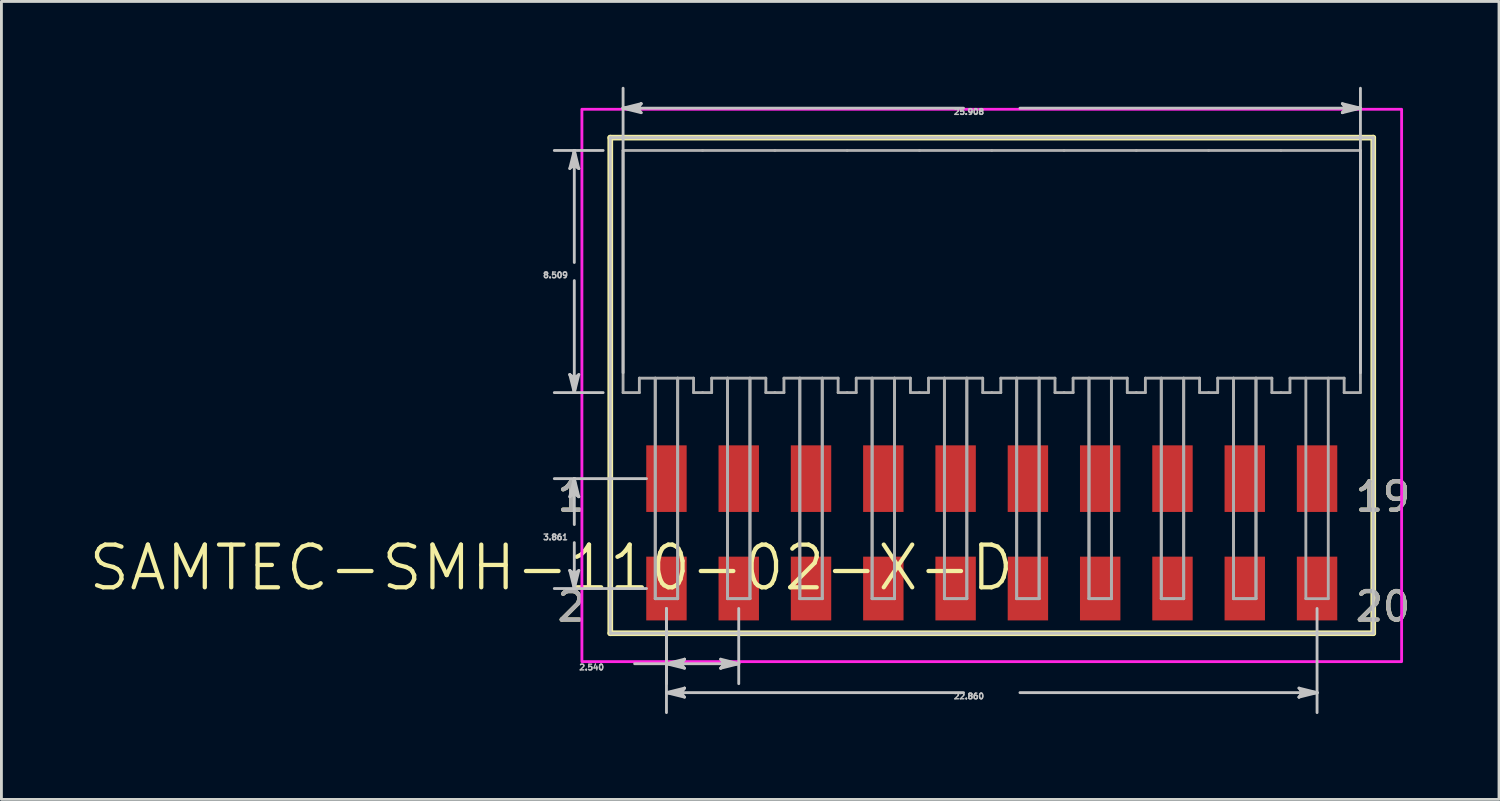
<source format=kicad_pcb>
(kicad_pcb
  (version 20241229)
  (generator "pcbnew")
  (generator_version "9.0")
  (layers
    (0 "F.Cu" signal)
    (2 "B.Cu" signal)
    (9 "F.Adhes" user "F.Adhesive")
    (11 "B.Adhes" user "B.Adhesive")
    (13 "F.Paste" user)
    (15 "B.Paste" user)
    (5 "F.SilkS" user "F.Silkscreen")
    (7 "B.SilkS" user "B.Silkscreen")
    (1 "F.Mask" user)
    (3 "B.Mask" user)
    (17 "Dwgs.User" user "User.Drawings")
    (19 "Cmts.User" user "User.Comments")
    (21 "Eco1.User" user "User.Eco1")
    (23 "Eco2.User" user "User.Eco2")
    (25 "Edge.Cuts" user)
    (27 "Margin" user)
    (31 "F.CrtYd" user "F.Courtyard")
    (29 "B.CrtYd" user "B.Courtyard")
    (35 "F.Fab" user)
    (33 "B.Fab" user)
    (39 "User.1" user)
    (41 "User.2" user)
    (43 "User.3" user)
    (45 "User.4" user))
  (footprint "SAMTEC-SMH-110-02-X-D"
    (layer "F.Cu")
    (at 31.797 6.491)
    (property "Reference" "SAMTEC-SMH-110-02-X-D" (at -15.473 10.408 0) (layer "F.SilkS") (effects (font (size 1.5 1.5) (thickness 0.15))))
    (attr smd)
    (fp_poly (pts (xy -12.191 6.056) (xy -10.669 6.056) (xy -10.669 8.498) (xy -12.191 8.498)) (stroke (width 0.01) (type solid)) (fill yes) (layer "F.Mask"))
    (fp_poly (pts (xy -12.191 9.967) (xy -10.669 9.967) (xy -10.669 12.309) (xy -12.191 12.309)) (stroke (width 0.01) (type solid)) (fill yes) (layer "F.Mask"))
    (fp_poly (pts (xy -9.651 6.056) (xy -8.129 6.056) (xy -8.129 8.498) (xy -9.651 8.498)) (stroke (width 0.01) (type solid)) (fill yes) (layer "F.Mask"))
    (fp_poly (pts (xy -9.651 9.967) (xy -8.129 9.967) (xy -8.129 12.309) (xy -9.651 12.309)) (stroke (width 0.01) (type solid)) (fill yes) (layer "F.Mask"))
    (fp_poly (pts (xy -7.111 6.056) (xy -5.589 6.056) (xy -5.589 8.498) (xy -7.111 8.498)) (stroke (width 0.01) (type solid)) (fill yes) (layer "F.Mask"))
    (fp_poly (pts (xy -7.111 9.967) (xy -5.589 9.967) (xy -5.589 12.309) (xy -7.111 12.309)) (stroke (width 0.01) (type solid)) (fill yes) (layer "F.Mask"))
    (fp_poly (pts (xy -4.571 6.056) (xy -3.049 6.056) (xy -3.049 8.498) (xy -4.571 8.498)) (stroke (width 0.01) (type solid)) (fill yes) (layer "F.Mask"))
    (fp_poly (pts (xy -4.571 9.967) (xy -3.049 9.967) (xy -3.049 12.309) (xy -4.571 12.309)) (stroke (width 0.01) (type solid)) (fill yes) (layer "F.Mask"))
    (fp_poly (pts (xy -2.031 6.056) (xy -0.509 6.056) (xy -0.509 8.498) (xy -2.031 8.498)) (stroke (width 0.01) (type solid)) (fill yes) (layer "F.Mask"))
    (fp_poly (pts (xy -2.031 9.967) (xy -0.509 9.967) (xy -0.509 12.309) (xy -2.031 12.309)) (stroke (width 0.01) (type solid)) (fill yes) (layer "F.Mask"))
    (fp_poly (pts (xy 0.509 6.056) (xy 2.031 6.056) (xy 2.031 8.498) (xy 0.509 8.498)) (stroke (width 0.01) (type solid)) (fill yes) (layer "F.Mask"))
    (fp_poly (pts (xy 0.509 9.967) (xy 2.031 9.967) (xy 2.031 12.309) (xy 0.509 12.309)) (stroke (width 0.01) (type solid)) (fill yes) (layer "F.Mask"))
    (fp_poly (pts (xy 3.049 6.056) (xy 4.571 6.056) (xy 4.571 8.498) (xy 3.049 8.498)) (stroke (width 0.01) (type solid)) (fill yes) (layer "F.Mask"))
    (fp_poly (pts (xy 3.049 9.967) (xy 4.571 9.967) (xy 4.571 12.309) (xy 3.049 12.309)) (stroke (width 0.01) (type solid)) (fill yes) (layer "F.Mask"))
    (fp_poly (pts (xy 5.589 6.056) (xy 7.111 6.056) (xy 7.111 8.498) (xy 5.589 8.498)) (stroke (width 0.01) (type solid)) (fill yes) (layer "F.Mask"))
    (fp_poly (pts (xy 5.589 9.967) (xy 7.111 9.967) (xy 7.111 12.309) (xy 5.589 12.309)) (stroke (width 0.01) (type solid)) (fill yes) (layer "F.Mask"))
    (fp_poly (pts (xy 8.129 6.056) (xy 9.651 6.056) (xy 9.651 8.498) (xy 8.129 8.498)) (stroke (width 0.01) (type solid)) (fill yes) (layer "F.Mask"))
    (fp_poly (pts (xy 8.129 9.967) (xy 9.651 9.967) (xy 9.651 12.309) (xy 8.129 12.309)) (stroke (width 0.01) (type solid)) (fill yes) (layer "F.Mask"))
    (fp_poly (pts (xy 10.669 6.056) (xy 12.191 6.056) (xy 12.191 8.498) (xy 10.669 8.498)) (stroke (width 0.01) (type solid)) (fill yes) (layer "F.Mask"))
    (fp_poly (pts (xy 10.669 9.967) (xy 12.191 9.967) (xy 12.191 12.309) (xy 10.669 12.309)) (stroke (width 0.01) (type solid)) (fill yes) (layer "F.Mask"))
    (fp_line (start -13.404 -4.705) (end -13.404 12.709) (stroke (width 0.2) (type solid)) (layer "F.SilkS"))
    (fp_line (start -13.404 12.709) (end 13.404 12.709) (stroke (width 0.2) (type solid)) (layer "F.SilkS"))
    (fp_line (start 13.404 -4.705) (end -13.404 -4.705) (stroke (width 0.2) (type solid)) (layer "F.SilkS"))
    (fp_line (start 13.404 12.709) (end 13.404 -4.705) (stroke (width 0.2) (type solid)) (layer "F.SilkS"))
    (fp_poly (pts (xy -12.14 6.107) (xy -10.72 6.107) (xy -10.72 8.447) (xy -12.14 8.447)) (stroke (width 0.01) (type solid)) (fill yes) (layer "F.Paste"))
    (fp_poly (pts (xy -12.14 10.018) (xy -10.72 10.018) (xy -10.72 12.258) (xy -12.14 12.258)) (stroke (width 0.01) (type solid)) (fill yes) (layer "F.Paste"))
    (fp_poly (pts (xy -9.6 6.107) (xy -8.18 6.107) (xy -8.18 8.447) (xy -9.6 8.447)) (stroke (width 0.01) (type solid)) (fill yes) (layer "F.Paste"))
    (fp_poly (pts (xy -9.6 10.018) (xy -8.18 10.018) (xy -8.18 12.258) (xy -9.6 12.258)) (stroke (width 0.01) (type solid)) (fill yes) (layer "F.Paste"))
    (fp_poly (pts (xy -7.06 6.107) (xy -5.64 6.107) (xy -5.64 8.447) (xy -7.06 8.447)) (stroke (width 0.01) (type solid)) (fill yes) (layer "F.Paste"))
    (fp_poly (pts (xy -7.06 10.018) (xy -5.64 10.018) (xy -5.64 12.258) (xy -7.06 12.258)) (stroke (width 0.01) (type solid)) (fill yes) (layer "F.Paste"))
    (fp_poly (pts (xy -4.52 6.107) (xy -3.1 6.107) (xy -3.1 8.447) (xy -4.52 8.447)) (stroke (width 0.01) (type solid)) (fill yes) (layer "F.Paste"))
    (fp_poly (pts (xy -4.52 10.018) (xy -3.1 10.018) (xy -3.1 12.258) (xy -4.52 12.258)) (stroke (width 0.01) (type solid)) (fill yes) (layer "F.Paste"))
    (fp_poly (pts (xy -1.98 6.107) (xy -0.56 6.107) (xy -0.56 8.447) (xy -1.98 8.447)) (stroke (width 0.01) (type solid)) (fill yes) (layer "F.Paste"))
    (fp_poly (pts (xy -1.98 10.018) (xy -0.56 10.018) (xy -0.56 12.258) (xy -1.98 12.258)) (stroke (width 0.01) (type solid)) (fill yes) (layer "F.Paste"))
    (fp_poly (pts (xy 0.56 6.107) (xy 1.98 6.107) (xy 1.98 8.447) (xy 0.56 8.447)) (stroke (width 0.01) (type solid)) (fill yes) (layer "F.Paste"))
    (fp_poly (pts (xy 0.56 10.018) (xy 1.98 10.018) (xy 1.98 12.258) (xy 0.56 12.258)) (stroke (width 0.01) (type solid)) (fill yes) (layer "F.Paste"))
    (fp_poly (pts (xy 3.1 6.107) (xy 4.52 6.107) (xy 4.52 8.447) (xy 3.1 8.447)) (stroke (width 0.01) (type solid)) (fill yes) (layer "F.Paste"))
    (fp_poly (pts (xy 3.1 10.018) (xy 4.52 10.018) (xy 4.52 12.258) (xy 3.1 12.258)) (stroke (width 0.01) (type solid)) (fill yes) (layer "F.Paste"))
    (fp_poly (pts (xy 5.64 6.107) (xy 7.06 6.107) (xy 7.06 8.447) (xy 5.64 8.447)) (stroke (width 0.01) (type solid)) (fill yes) (layer "F.Paste"))
    (fp_poly (pts (xy 5.64 10.018) (xy 7.06 10.018) (xy 7.06 12.258) (xy 5.64 12.258)) (stroke (width 0.01) (type solid)) (fill yes) (layer "F.Paste"))
    (fp_poly (pts (xy 8.18 6.107) (xy 9.6 6.107) (xy 9.6 8.447) (xy 8.18 8.447)) (stroke (width 0.01) (type solid)) (fill yes) (layer "F.Paste"))
    (fp_poly (pts (xy 8.18 10.018) (xy 9.6 10.018) (xy 9.6 12.258) (xy 8.18 12.258)) (stroke (width 0.01) (type solid)) (fill yes) (layer "F.Paste"))
    (fp_poly (pts (xy 10.72 6.107) (xy 12.14 6.107) (xy 12.14 8.447) (xy 10.72 8.447)) (stroke (width 0.01) (type solid)) (fill yes) (layer "F.Paste"))
    (fp_poly (pts (xy 10.72 10.018) (xy 12.14 10.018) (xy 12.14 12.258) (xy 10.72 12.258)) (stroke (width 0.01) (type solid)) (fill yes) (layer "F.Paste"))
    (fp_line (start -14.827 -3.62) (end -14.668 -3.746) (stroke (width 0.1) (type solid)) (layer "Dwgs.User"))
    (fp_line (start -14.827 3.62) (end -14.668 4.254) (stroke (width 0.1) (type solid)) (layer "Dwgs.User"))
    (fp_line (start -14.827 7.912) (end -14.668 7.785) (stroke (width 0.1) (type solid)) (layer "Dwgs.User"))
    (fp_line (start -14.827 10.503) (end -14.668 11.138) (stroke (width 0.1) (type solid)) (layer "Dwgs.User"))
    (fp_line (start -14.748 -3.683) (end -14.668 -3.746) (stroke (width 0.1) (type solid)) (layer "Dwgs.User"))
    (fp_line (start -14.748 3.683) (end -14.827 3.62) (stroke (width 0.1) (type solid)) (layer "Dwgs.User"))
    (fp_line (start -14.748 7.849) (end -14.668 7.785) (stroke (width 0.1) (type solid)) (layer "Dwgs.User"))
    (fp_line (start -14.748 10.566) (end -14.827 10.503) (stroke (width 0.1) (type solid)) (layer "Dwgs.User"))
    (fp_line (start -14.668 -4.254) (end -14.827 -3.62) (stroke (width 0.1) (type solid)) (layer "Dwgs.User"))
    (fp_line (start -14.668 -4.254) (end -14.748 -3.683) (stroke (width 0.1) (type solid)) (layer "Dwgs.User"))
    (fp_line (start -14.668 -4.254) (end -14.589 -3.683) (stroke (width 0.1) (type solid)) (layer "Dwgs.User"))
    (fp_line (start -14.668 -3.746) (end -14.668 -4.254) (stroke (width 0.1) (type solid)) (layer "Dwgs.User"))
    (fp_line (start -14.668 -3.746) (end -14.51 -3.62) (stroke (width 0.1) (type solid)) (layer "Dwgs.User"))
    (fp_line (start -14.668 -0.318) (end -14.668 -4.254) (stroke (width 0.1) (type solid)) (layer "Dwgs.User"))
    (fp_line (start -14.668 0.318) (end -14.668 4.254) (stroke (width 0.1) (type solid)) (layer "Dwgs.User"))
    (fp_line (start -14.668 3.746) (end -14.827 3.62) (stroke (width 0.1) (type solid)) (layer "Dwgs.User"))
    (fp_line (start -14.668 3.746) (end -14.668 4.254) (stroke (width 0.1) (type solid)) (layer "Dwgs.User"))
    (fp_line (start -14.668 4.254) (end -14.748 3.683) (stroke (width 0.1) (type solid)) (layer "Dwgs.User"))
    (fp_line (start -14.668 4.254) (end -14.589 3.683) (stroke (width 0.1) (type solid)) (layer "Dwgs.User"))
    (fp_line (start -14.668 4.254) (end -14.51 3.62) (stroke (width 0.1) (type solid)) (layer "Dwgs.User"))
    (fp_line (start -14.668 7.277) (end -14.827 7.912) (stroke (width 0.1) (type solid)) (layer "Dwgs.User"))
    (fp_line (start -14.668 7.277) (end -14.748 7.849) (stroke (width 0.1) (type solid)) (layer "Dwgs.User"))
    (fp_line (start -14.668 7.277) (end -14.589 7.849) (stroke (width 0.1) (type solid)) (layer "Dwgs.User"))
    (fp_line (start -14.668 7.785) (end -14.668 7.277) (stroke (width 0.1) (type solid)) (layer "Dwgs.User"))
    (fp_line (start -14.668 7.785) (end -14.51 7.912) (stroke (width 0.1) (type solid)) (layer "Dwgs.User"))
    (fp_line (start -14.668 8.89) (end -14.668 7.277) (stroke (width 0.1) (type solid)) (layer "Dwgs.User"))
    (fp_line (start -14.668 9.525) (end -14.668 11.138) (stroke (width 0.1) (type solid)) (layer "Dwgs.User"))
    (fp_line (start -14.668 10.63) (end -14.827 10.503) (stroke (width 0.1) (type solid)) (layer "Dwgs.User"))
    (fp_line (start -14.668 10.63) (end -14.668 11.138) (stroke (width 0.1) (type solid)) (layer "Dwgs.User"))
    (fp_line (start -14.668 11.138) (end -14.748 10.566) (stroke (width 0.1) (type solid)) (layer "Dwgs.User"))
    (fp_line (start -14.668 11.138) (end -14.589 10.566) (stroke (width 0.1) (type solid)) (layer "Dwgs.User"))
    (fp_line (start -14.668 11.138) (end -14.51 10.503) (stroke (width 0.1) (type solid)) (layer "Dwgs.User"))
    (fp_line (start -14.589 -3.683) (end -14.51 -3.62) (stroke (width 0.1) (type solid)) (layer "Dwgs.User"))
    (fp_line (start -14.589 3.683) (end -14.668 3.746) (stroke (width 0.1) (type solid)) (layer "Dwgs.User"))
    (fp_line (start -14.589 7.849) (end -14.51 7.912) (stroke (width 0.1) (type solid)) (layer "Dwgs.User"))
    (fp_line (start -14.589 10.566) (end -14.668 10.63) (stroke (width 0.1) (type solid)) (layer "Dwgs.User"))
    (fp_line (start -14.51 -3.62) (end -14.668 -4.254) (stroke (width 0.1) (type solid)) (layer "Dwgs.User"))
    (fp_line (start -14.51 3.62) (end -14.668 3.746) (stroke (width 0.1) (type solid)) (layer "Dwgs.User"))
    (fp_line (start -14.51 7.912) (end -14.668 7.277) (stroke (width 0.1) (type solid)) (layer "Dwgs.User"))
    (fp_line (start -14.51 10.503) (end -14.668 10.63) (stroke (width 0.1) (type solid)) (layer "Dwgs.User"))
    (fp_line (start -13.655 -4.254) (end -15.37 -4.254) (stroke (width 0.1) (type solid)) (layer "Dwgs.User"))
    (fp_line (start -13.655 4.254) (end -15.37 4.254) (stroke (width 0.1) (type solid)) (layer "Dwgs.User"))
    (fp_line (start -13.404 -4.705) (end -13.404 12.709) (stroke (width 0.1) (type solid)) (layer "Dwgs.User"))
    (fp_line (start -13.404 12.709) (end 13.404 12.709) (stroke (width 0.1) (type solid)) (layer "Dwgs.User"))
    (fp_line (start -12.954 -5.74) (end -12.382 -5.82) (stroke (width 0.1) (type solid)) (layer "Dwgs.User"))
    (fp_line (start -12.954 -5.74) (end -12.382 -5.661) (stroke (width 0.1) (type solid)) (layer "Dwgs.User"))
    (fp_line (start -12.954 -5.74) (end -12.319 -5.582) (stroke (width 0.1) (type solid)) (layer "Dwgs.User"))
    (fp_line (start -12.954 3.553) (end -12.954 -6.441) (stroke (width 0.1) (type solid)) (layer "Dwgs.User"))
    (fp_line (start -12.548 13.78) (end -11.43 13.78) (stroke (width 0.1) (type solid)) (layer "Dwgs.User"))
    (fp_line (start -12.446 -5.74) (end -12.954 -5.74) (stroke (width 0.1) (type solid)) (layer "Dwgs.User"))
    (fp_line (start -12.446 -5.74) (end -12.319 -5.899) (stroke (width 0.1) (type solid)) (layer "Dwgs.User"))
    (fp_line (start -12.382 -5.82) (end -12.319 -5.899) (stroke (width 0.1) (type solid)) (layer "Dwgs.User"))
    (fp_line (start -12.382 -5.661) (end -12.446 -5.74) (stroke (width 0.1) (type solid)) (layer "Dwgs.User"))
    (fp_line (start -12.319 -5.899) (end -12.954 -5.74) (stroke (width 0.1) (type solid)) (layer "Dwgs.User"))
    (fp_line (start -12.319 -5.582) (end -12.446 -5.74) (stroke (width 0.1) (type solid)) (layer "Dwgs.User"))
    (fp_line (start -12.131 7.277) (end -15.37 7.277) (stroke (width 0.1) (type solid)) (layer "Dwgs.User"))
    (fp_line (start -12.131 11.138) (end -15.37 11.138) (stroke (width 0.1) (type solid)) (layer "Dwgs.User"))
    (fp_line (start -11.43 11.839) (end -11.43 14.481) (stroke (width 0.1) (type solid)) (layer "Dwgs.User"))
    (fp_line (start -11.43 11.839) (end -11.43 15.497) (stroke (width 0.1) (type solid)) (layer "Dwgs.User"))
    (fp_line (start -11.43 13.78) (end -10.858 13.7) (stroke (width 0.1) (type solid)) (layer "Dwgs.User"))
    (fp_line (start -11.43 13.78) (end -10.858 13.859) (stroke (width 0.1) (type solid)) (layer "Dwgs.User"))
    (fp_line (start -11.43 13.78) (end -10.795 13.938) (stroke (width 0.1) (type solid)) (layer "Dwgs.User"))
    (fp_line (start -11.43 13.78) (end -8.89 13.78) (stroke (width 0.1) (type solid)) (layer "Dwgs.User"))
    (fp_line (start -11.43 14.796) (end -10.858 14.716) (stroke (width 0.1) (type solid)) (layer "Dwgs.User"))
    (fp_line (start -11.43 14.796) (end -10.858 14.875) (stroke (width 0.1) (type solid)) (layer "Dwgs.User"))
    (fp_line (start -11.43 14.796) (end -10.795 14.954) (stroke (width 0.1) (type solid)) (layer "Dwgs.User"))
    (fp_line (start -10.922 13.78) (end -11.43 13.78) (stroke (width 0.1) (type solid)) (layer "Dwgs.User"))
    (fp_line (start -10.922 13.78) (end -10.795 13.621) (stroke (width 0.1) (type solid)) (layer "Dwgs.User"))
    (fp_line (start -10.922 14.796) (end -11.43 14.796) (stroke (width 0.1) (type solid)) (layer "Dwgs.User"))
    (fp_line (start -10.922 14.796) (end -10.795 14.637) (stroke (width 0.1) (type solid)) (layer "Dwgs.User"))
    (fp_line (start -10.858 13.7) (end -10.795 13.621) (stroke (width 0.1) (type solid)) (layer "Dwgs.User"))
    (fp_line (start -10.858 13.859) (end -10.922 13.78) (stroke (width 0.1) (type solid)) (layer "Dwgs.User"))
    (fp_line (start -10.858 14.716) (end -10.795 14.637) (stroke (width 0.1) (type solid)) (layer "Dwgs.User"))
    (fp_line (start -10.858 14.875) (end -10.922 14.796) (stroke (width 0.1) (type solid)) (layer "Dwgs.User"))
    (fp_line (start -10.795 13.621) (end -11.43 13.78) (stroke (width 0.1) (type solid)) (layer "Dwgs.User"))
    (fp_line (start -10.795 13.938) (end -10.922 13.78) (stroke (width 0.1) (type solid)) (layer "Dwgs.User"))
    (fp_line (start -10.795 14.637) (end -11.43 14.796) (stroke (width 0.1) (type solid)) (layer "Dwgs.User"))
    (fp_line (start -10.795 14.954) (end -10.922 14.796) (stroke (width 0.1) (type solid)) (layer "Dwgs.User"))
    (fp_line (start -9.525 13.621) (end -9.398 13.78) (stroke (width 0.1) (type solid)) (layer "Dwgs.User"))
    (fp_line (start -9.525 13.938) (end -8.89 13.78) (stroke (width 0.1) (type solid)) (layer "Dwgs.User"))
    (fp_line (start -9.462 13.7) (end -9.398 13.78) (stroke (width 0.1) (type solid)) (layer "Dwgs.User"))
    (fp_line (start -9.462 13.859) (end -9.525 13.938) (stroke (width 0.1) (type solid)) (layer "Dwgs.User"))
    (fp_line (start -9.398 13.78) (end -9.525 13.938) (stroke (width 0.1) (type solid)) (layer "Dwgs.User"))
    (fp_line (start -9.398 13.78) (end -8.89 13.78) (stroke (width 0.1) (type solid)) (layer "Dwgs.User"))
    (fp_line (start -8.89 11.839) (end -8.89 14.481) (stroke (width 0.1) (type solid)) (layer "Dwgs.User"))
    (fp_line (start -8.89 13.78) (end -9.525 13.621) (stroke (width 0.1) (type solid)) (layer "Dwgs.User"))
    (fp_line (start -8.89 13.78) (end -9.462 13.7) (stroke (width 0.1) (type solid)) (layer "Dwgs.User"))
    (fp_line (start -8.89 13.78) (end -9.462 13.859) (stroke (width 0.1) (type solid)) (layer "Dwgs.User"))
    (fp_line (start -0.991 -5.74) (end -12.954 -5.74) (stroke (width 0.1) (type solid)) (layer "Dwgs.User"))
    (fp_line (start -0.991 14.796) (end -11.43 14.796) (stroke (width 0.1) (type solid)) (layer "Dwgs.User"))
    (fp_line (start 0.991 -5.74) (end 12.954 -5.74) (stroke (width 0.1) (type solid)) (layer "Dwgs.User"))
    (fp_line (start 0.991 14.796) (end 11.43 14.796) (stroke (width 0.1) (type solid)) (layer "Dwgs.User"))
    (fp_line (start 10.795 14.637) (end 10.922 14.796) (stroke (width 0.1) (type solid)) (layer "Dwgs.User"))
    (fp_line (start 10.795 14.954) (end 11.43 14.796) (stroke (width 0.1) (type solid)) (layer "Dwgs.User"))
    (fp_line (start 10.858 14.716) (end 10.922 14.796) (stroke (width 0.1) (type solid)) (layer "Dwgs.User"))
    (fp_line (start 10.858 14.875) (end 10.795 14.954) (stroke (width 0.1) (type solid)) (layer "Dwgs.User"))
    (fp_line (start 10.922 14.796) (end 10.795 14.954) (stroke (width 0.1) (type solid)) (layer "Dwgs.User"))
    (fp_line (start 10.922 14.796) (end 11.43 14.796) (stroke (width 0.1) (type solid)) (layer "Dwgs.User"))
    (fp_line (start 11.43 11.839) (end 11.43 15.497) (stroke (width 0.1) (type solid)) (layer "Dwgs.User"))
    (fp_line (start 11.43 14.796) (end 10.795 14.637) (stroke (width 0.1) (type solid)) (layer "Dwgs.User"))
    (fp_line (start 11.43 14.796) (end 10.858 14.716) (stroke (width 0.1) (type solid)) (layer "Dwgs.User"))
    (fp_line (start 11.43 14.796) (end 10.858 14.875) (stroke (width 0.1) (type solid)) (layer "Dwgs.User"))
    (fp_line (start 12.319 -5.899) (end 12.446 -5.74) (stroke (width 0.1) (type solid)) (layer "Dwgs.User"))
    (fp_line (start 12.319 -5.582) (end 12.954 -5.74) (stroke (width 0.1) (type solid)) (layer "Dwgs.User"))
    (fp_line (start 12.382 -5.82) (end 12.446 -5.74) (stroke (width 0.1) (type solid)) (layer "Dwgs.User"))
    (fp_line (start 12.382 -5.661) (end 12.319 -5.582) (stroke (width 0.1) (type solid)) (layer "Dwgs.User"))
    (fp_line (start 12.446 -5.74) (end 12.319 -5.582) (stroke (width 0.1) (type solid)) (layer "Dwgs.User"))
    (fp_line (start 12.446 -5.74) (end 12.954 -5.74) (stroke (width 0.1) (type solid)) (layer "Dwgs.User"))
    (fp_line (start 12.954 -5.74) (end 12.319 -5.899) (stroke (width 0.1) (type solid)) (layer "Dwgs.User"))
    (fp_line (start 12.954 -5.74) (end 12.382 -5.82) (stroke (width 0.1) (type solid)) (layer "Dwgs.User"))
    (fp_line (start 12.954 -5.74) (end 12.382 -5.661) (stroke (width 0.1) (type solid)) (layer "Dwgs.User"))
    (fp_line (start 12.954 3.553) (end 12.954 -6.441) (stroke (width 0.1) (type solid)) (layer "Dwgs.User"))
    (fp_line (start 13.404 -4.705) (end -13.404 -4.705) (stroke (width 0.1) (type solid)) (layer "Dwgs.User"))
    (fp_line (start 13.404 12.709) (end 13.404 -4.705) (stroke (width 0.1) (type solid)) (layer "Dwgs.User"))
    (fp_poly (pts (xy 14.401 -5.702) (xy -14.401 -5.702) (xy -14.401 13.706) (xy 14.401 13.706) (xy 14.401 -5.702)) (stroke (width 0.1) (type solid)) (fill no) (layer "F.CrtYd"))
    (fp_line (start -12.954 -4.254) (end -12.954 4.254) (stroke (width 0.1) (type solid)) (layer "F.Fab"))
    (fp_line (start -12.954 4.254) (end -12.382 4.254) (stroke (width 0.1) (type solid)) (layer "F.Fab"))
    (fp_line (start -12.382 3.746) (end -10.478 3.746) (stroke (width 0.1) (type solid)) (layer "F.Fab"))
    (fp_line (start -12.382 4.254) (end -12.382 3.746) (stroke (width 0.1) (type solid)) (layer "F.Fab"))
    (fp_line (start -11.824 11.494) (end -11.824 3.746) (stroke (width 0.1) (type solid)) (layer "F.Fab"))
    (fp_line (start -11.824 11.494) (end -11.824 3.746) (stroke (width 0.1) (type solid)) (layer "F.Fab"))
    (fp_line (start -11.824 11.494) (end -11.036 11.494) (stroke (width 0.1) (type solid)) (layer "F.Fab"))
    (fp_line (start -11.824 11.494) (end -11.036 11.494) (stroke (width 0.1) (type solid)) (layer "F.Fab"))
    (fp_line (start -11.036 3.746) (end -11.036 11.494) (stroke (width 0.1) (type solid)) (layer "F.Fab"))
    (fp_line (start -11.036 11.494) (end -11.036 3.746) (stroke (width 0.1) (type solid)) (layer "F.Fab"))
    (fp_line (start -10.478 3.746) (end -10.478 4.254) (stroke (width 0.1) (type solid)) (layer "F.Fab"))
    (fp_line (start -10.16 -4.254) (end -12.954 -4.254) (stroke (width 0.1) (type solid)) (layer "F.Fab"))
    (fp_line (start -10.16 4.254) (end -10.478 4.254) (stroke (width 0.1) (type solid)) (layer "F.Fab"))
    (fp_line (start -10.16 4.254) (end -9.842 4.254) (stroke (width 0.1) (type solid)) (layer "F.Fab"))
    (fp_line (start -9.842 3.746) (end -7.938 3.746) (stroke (width 0.1) (type solid)) (layer "F.Fab"))
    (fp_line (start -9.842 4.254) (end -9.842 3.746) (stroke (width 0.1) (type solid)) (layer "F.Fab"))
    (fp_line (start -9.284 11.494) (end -9.284 3.746) (stroke (width 0.1) (type solid)) (layer "F.Fab"))
    (fp_line (start -9.284 11.494) (end -9.284 3.746) (stroke (width 0.1) (type solid)) (layer "F.Fab"))
    (fp_line (start -9.284 11.494) (end -8.496 11.494) (stroke (width 0.1) (type solid)) (layer "F.Fab"))
    (fp_line (start -9.284 11.494) (end -8.496 11.494) (stroke (width 0.1) (type solid)) (layer "F.Fab"))
    (fp_line (start -8.496 3.746) (end -8.496 11.494) (stroke (width 0.1) (type solid)) (layer "F.Fab"))
    (fp_line (start -8.496 11.494) (end -8.496 3.746) (stroke (width 0.1) (type solid)) (layer "F.Fab"))
    (fp_line (start -7.938 3.746) (end -7.938 4.254) (stroke (width 0.1) (type solid)) (layer "F.Fab"))
    (fp_line (start -7.62 -4.254) (end -10.16 -4.254) (stroke (width 0.1) (type solid)) (layer "F.Fab"))
    (fp_line (start -7.62 4.254) (end -7.938 4.254) (stroke (width 0.1) (type solid)) (layer "F.Fab"))
    (fp_line (start -7.62 4.254) (end -7.302 4.254) (stroke (width 0.1) (type solid)) (layer "F.Fab"))
    (fp_line (start -7.302 3.746) (end -5.398 3.746) (stroke (width 0.1) (type solid)) (layer "F.Fab"))
    (fp_line (start -7.302 4.254) (end -7.302 3.746) (stroke (width 0.1) (type solid)) (layer "F.Fab"))
    (fp_line (start -6.744 11.494) (end -6.744 3.746) (stroke (width 0.1) (type solid)) (layer "F.Fab"))
    (fp_line (start -6.744 11.494) (end -6.744 3.746) (stroke (width 0.1) (type solid)) (layer "F.Fab"))
    (fp_line (start -6.744 11.494) (end -5.956 11.494) (stroke (width 0.1) (type solid)) (layer "F.Fab"))
    (fp_line (start -6.744 11.494) (end -5.956 11.494) (stroke (width 0.1) (type solid)) (layer "F.Fab"))
    (fp_line (start -5.956 3.746) (end -5.956 11.494) (stroke (width 0.1) (type solid)) (layer "F.Fab"))
    (fp_line (start -5.956 11.494) (end -5.956 3.746) (stroke (width 0.1) (type solid)) (layer "F.Fab"))
    (fp_line (start -5.398 3.746) (end -5.398 4.254) (stroke (width 0.1) (type solid)) (layer "F.Fab"))
    (fp_line (start -5.08 -4.254) (end -7.62 -4.254) (stroke (width 0.1) (type solid)) (layer "F.Fab"))
    (fp_line (start -5.08 4.254) (end -5.398 4.254) (stroke (width 0.1) (type solid)) (layer "F.Fab"))
    (fp_line (start -5.08 4.254) (end -4.762 4.254) (stroke (width 0.1) (type solid)) (layer "F.Fab"))
    (fp_line (start -4.762 3.746) (end -2.858 3.746) (stroke (width 0.1) (type solid)) (layer "F.Fab"))
    (fp_line (start -4.762 4.254) (end -4.762 3.746) (stroke (width 0.1) (type solid)) (layer "F.Fab"))
    (fp_line (start -4.204 11.494) (end -4.204 3.746) (stroke (width 0.1) (type solid)) (layer "F.Fab"))
    (fp_line (start -4.204 11.494) (end -4.204 3.746) (stroke (width 0.1) (type solid)) (layer "F.Fab"))
    (fp_line (start -4.204 11.494) (end -3.416 11.494) (stroke (width 0.1) (type solid)) (layer "F.Fab"))
    (fp_line (start -4.204 11.494) (end -3.416 11.494) (stroke (width 0.1) (type solid)) (layer "F.Fab"))
    (fp_line (start -3.416 3.746) (end -3.416 11.494) (stroke (width 0.1) (type solid)) (layer "F.Fab"))
    (fp_line (start -3.416 11.494) (end -3.416 3.746) (stroke (width 0.1) (type solid)) (layer "F.Fab"))
    (fp_line (start -2.858 3.746) (end -2.858 4.254) (stroke (width 0.1) (type solid)) (layer "F.Fab"))
    (fp_line (start -2.54 -4.254) (end -5.08 -4.254) (stroke (width 0.1) (type solid)) (layer "F.Fab"))
    (fp_line (start -2.54 4.254) (end -2.858 4.254) (stroke (width 0.1) (type solid)) (layer "F.Fab"))
    (fp_line (start -2.54 4.254) (end -2.222 4.254) (stroke (width 0.1) (type solid)) (layer "F.Fab"))
    (fp_line (start -2.222 3.746) (end -0.318 3.746) (stroke (width 0.1) (type solid)) (layer "F.Fab"))
    (fp_line (start -2.222 4.254) (end -2.222 3.746) (stroke (width 0.1) (type solid)) (layer "F.Fab"))
    (fp_line (start -1.664 11.494) (end -1.664 3.746) (stroke (width 0.1) (type solid)) (layer "F.Fab"))
    (fp_line (start -1.664 11.494) (end -1.664 3.746) (stroke (width 0.1) (type solid)) (layer "F.Fab"))
    (fp_line (start -1.664 11.494) (end -0.876 11.494) (stroke (width 0.1) (type solid)) (layer "F.Fab"))
    (fp_line (start -1.664 11.494) (end -0.876 11.494) (stroke (width 0.1) (type solid)) (layer "F.Fab"))
    (fp_line (start -0.876 3.746) (end -0.876 11.494) (stroke (width 0.1) (type solid)) (layer "F.Fab"))
    (fp_line (start -0.876 11.494) (end -0.876 3.746) (stroke (width 0.1) (type solid)) (layer "F.Fab"))
    (fp_line (start -0.318 3.746) (end -0.318 4.254) (stroke (width 0.1) (type solid)) (layer "F.Fab"))
    (fp_line (start 0 -4.254) (end -2.54 -4.254) (stroke (width 0.1) (type solid)) (layer "F.Fab"))
    (fp_line (start 0 4.254) (end -0.318 4.254) (stroke (width 0.1) (type solid)) (layer "F.Fab"))
    (fp_line (start 0 4.254) (end 0.318 4.254) (stroke (width 0.1) (type solid)) (layer "F.Fab"))
    (fp_line (start 0.318 3.746) (end 2.222 3.746) (stroke (width 0.1) (type solid)) (layer "F.Fab"))
    (fp_line (start 0.318 4.254) (end 0.318 3.746) (stroke (width 0.1) (type solid)) (layer "F.Fab"))
    (fp_line (start 0.876 11.494) (end 0.876 3.746) (stroke (width 0.1) (type solid)) (layer "F.Fab"))
    (fp_line (start 0.876 11.494) (end 0.876 3.746) (stroke (width 0.1) (type solid)) (layer "F.Fab"))
    (fp_line (start 0.876 11.494) (end 1.664 11.494) (stroke (width 0.1) (type solid)) (layer "F.Fab"))
    (fp_line (start 0.876 11.494) (end 1.664 11.494) (stroke (width 0.1) (type solid)) (layer "F.Fab"))
    (fp_line (start 1.664 3.746) (end 1.664 11.494) (stroke (width 0.1) (type solid)) (layer "F.Fab"))
    (fp_line (start 1.664 11.494) (end 1.664 3.746) (stroke (width 0.1) (type solid)) (layer "F.Fab"))
    (fp_line (start 2.222 3.746) (end 2.222 4.254) (stroke (width 0.1) (type solid)) (layer "F.Fab"))
    (fp_line (start 2.54 -4.254) (end 0 -4.254) (stroke (width 0.1) (type solid)) (layer "F.Fab"))
    (fp_line (start 2.54 4.254) (end 2.222 4.254) (stroke (width 0.1) (type solid)) (layer "F.Fab"))
    (fp_line (start 2.54 4.254) (end 2.858 4.254) (stroke (width 0.1) (type solid)) (layer "F.Fab"))
    (fp_line (start 2.858 3.746) (end 4.762 3.746) (stroke (width 0.1) (type solid)) (layer "F.Fab"))
    (fp_line (start 2.858 4.254) (end 2.858 3.746) (stroke (width 0.1) (type solid)) (layer "F.Fab"))
    (fp_line (start 3.416 11.494) (end 3.416 3.746) (stroke (width 0.1) (type solid)) (layer "F.Fab"))
    (fp_line (start 3.416 11.494) (end 3.416 3.746) (stroke (width 0.1) (type solid)) (layer "F.Fab"))
    (fp_line (start 3.416 11.494) (end 4.204 11.494) (stroke (width 0.1) (type solid)) (layer "F.Fab"))
    (fp_line (start 3.416 11.494) (end 4.204 11.494) (stroke (width 0.1) (type solid)) (layer "F.Fab"))
    (fp_line (start 4.204 3.746) (end 4.204 11.494) (stroke (width 0.1) (type solid)) (layer "F.Fab"))
    (fp_line (start 4.204 11.494) (end 4.204 3.746) (stroke (width 0.1) (type solid)) (layer "F.Fab"))
    (fp_line (start 4.762 3.746) (end 4.762 4.254) (stroke (width 0.1) (type solid)) (layer "F.Fab"))
    (fp_line (start 5.08 -4.254) (end 2.54 -4.254) (stroke (width 0.1) (type solid)) (layer "F.Fab"))
    (fp_line (start 5.08 4.254) (end 4.762 4.254) (stroke (width 0.1) (type solid)) (layer "F.Fab"))
    (fp_line (start 5.08 4.254) (end 5.398 4.254) (stroke (width 0.1) (type solid)) (layer "F.Fab"))
    (fp_line (start 5.398 3.746) (end 7.302 3.746) (stroke (width 0.1) (type solid)) (layer "F.Fab"))
    (fp_line (start 5.398 4.254) (end 5.398 3.746) (stroke (width 0.1) (type solid)) (layer "F.Fab"))
    (fp_line (start 5.956 11.494) (end 5.956 3.746) (stroke (width 0.1) (type solid)) (layer "F.Fab"))
    (fp_line (start 5.956 11.494) (end 5.956 3.746) (stroke (width 0.1) (type solid)) (layer "F.Fab"))
    (fp_line (start 5.956 11.494) (end 6.744 11.494) (stroke (width 0.1) (type solid)) (layer "F.Fab"))
    (fp_line (start 5.956 11.494) (end 6.744 11.494) (stroke (width 0.1) (type solid)) (layer "F.Fab"))
    (fp_line (start 6.744 3.746) (end 6.744 11.494) (stroke (width 0.1) (type solid)) (layer "F.Fab"))
    (fp_line (start 6.744 11.494) (end 6.744 3.746) (stroke (width 0.1) (type solid)) (layer "F.Fab"))
    (fp_line (start 7.302 3.746) (end 7.302 4.254) (stroke (width 0.1) (type solid)) (layer "F.Fab"))
    (fp_line (start 7.62 -4.254) (end 5.08 -4.254) (stroke (width 0.1) (type solid)) (layer "F.Fab"))
    (fp_line (start 7.62 4.254) (end 7.302 4.254) (stroke (width 0.1) (type solid)) (layer "F.Fab"))
    (fp_line (start 7.62 4.254) (end 7.938 4.254) (stroke (width 0.1) (type solid)) (layer "F.Fab"))
    (fp_line (start 7.938 3.746) (end 9.842 3.746) (stroke (width 0.1) (type solid)) (layer "F.Fab"))
    (fp_line (start 7.938 4.254) (end 7.938 3.746) (stroke (width 0.1) (type solid)) (layer "F.Fab"))
    (fp_line (start 8.496 11.494) (end 8.496 3.746) (stroke (width 0.1) (type solid)) (layer "F.Fab"))
    (fp_line (start 8.496 11.494) (end 8.496 3.746) (stroke (width 0.1) (type solid)) (layer "F.Fab"))
    (fp_line (start 8.496 11.494) (end 9.284 11.494) (stroke (width 0.1) (type solid)) (layer "F.Fab"))
    (fp_line (start 8.496 11.494) (end 9.284 11.494) (stroke (width 0.1) (type solid)) (layer "F.Fab"))
    (fp_line (start 9.284 3.746) (end 9.284 11.494) (stroke (width 0.1) (type solid)) (layer "F.Fab"))
    (fp_line (start 9.284 11.494) (end 9.284 3.746) (stroke (width 0.1) (type solid)) (layer "F.Fab"))
    (fp_line (start 9.842 3.746) (end 9.842 4.254) (stroke (width 0.1) (type solid)) (layer "F.Fab"))
    (fp_line (start 10.16 -4.254) (end 7.62 -4.254) (stroke (width 0.1) (type solid)) (layer "F.Fab"))
    (fp_line (start 10.16 -4.254) (end 12.954 -4.254) (stroke (width 0.1) (type solid)) (layer "F.Fab"))
    (fp_line (start 10.16 4.254) (end 9.842 4.254) (stroke (width 0.1) (type solid)) (layer "F.Fab"))
    (fp_line (start 10.16 4.254) (end 10.478 4.254) (stroke (width 0.1) (type solid)) (layer "F.Fab"))
    (fp_line (start 10.478 3.746) (end 12.382 3.746) (stroke (width 0.1) (type solid)) (layer "F.Fab"))
    (fp_line (start 10.478 4.254) (end 10.478 3.746) (stroke (width 0.1) (type solid)) (layer "F.Fab"))
    (fp_line (start 11.036 11.494) (end 11.036 3.746) (stroke (width 0.1) (type solid)) (layer "F.Fab"))
    (fp_line (start 11.036 11.494) (end 11.824 11.494) (stroke (width 0.1) (type solid)) (layer "F.Fab"))
    (fp_line (start 11.824 11.494) (end 11.824 3.746) (stroke (width 0.1) (type solid)) (layer "F.Fab"))
    (fp_line (start 12.382 3.746) (end 12.382 4.254) (stroke (width 0.1) (type solid)) (layer "F.Fab"))
    (fp_line (start 12.382 4.254) (end 12.954 4.254) (stroke (width 0.1) (type solid)) (layer "F.Fab"))
    (fp_line (start 12.954 -4.254) (end 12.954 4.254) (stroke (width 0.1) (type solid)) (layer "F.Fab"))
    (fp_text user "20" (at 13.745 11.773 0) (layer "F.SilkS") (effects (font (size 1 1) (thickness 0.15))))
    (fp_text user "1" (at -14.774 7.912 0) (layer "F.SilkS") (effects (font (size 1 1) (thickness 0.15))))
    (fp_text user "19" (at 13.745 7.912 0) (layer "F.SilkS") (effects (font (size 1 1) (thickness 0.15))))
    (fp_text user "2" (at -14.774 11.773 0) (layer "F.SilkS") (effects (font (size 1 1) (thickness 0.15))))
    (fp_text user "2.540" (at -14.059 13.906 0) (layer "Dwgs.User") (effects (font (size 0.2 0.2) (thickness 0.15))))
    (fp_text user "25.908" (at -0.8 -5.613 0) (layer "Dwgs.User") (effects (font (size 0.2 0.2) (thickness 0.15))))
    (fp_text user "3.861" (at -15.329 9.334 0) (layer "Dwgs.User") (effects (font (size 0.2 0.2) (thickness 0.15))))
    (fp_text user "8.509" (at -15.329 0.127 0) (layer "Dwgs.User") (effects (font (size 0.2 0.2) (thickness 0.15))))
    (fp_text user "22.860" (at -0.8 14.922 0) (layer "Dwgs.User") (effects (font (size 0.2 0.2) (thickness 0.15))))
    (fp_text user "19" (at 13.745 7.912 0) (layer "F.Fab") (effects (font (size 1 1) (thickness 0.15))))
    (fp_text user "1" (at -14.774 7.912 0) (layer "F.Fab") (effects (font (size 1 1) (thickness 0.15))))
    (fp_text user "2" (at -14.774 11.773 0) (layer "F.Fab") (effects (font (size 1 1) (thickness 0.15))))
    (fp_text user "20" (at 13.745 11.773 0) (layer "F.Fab") (effects (font (size 1 1) (thickness 0.15))))
    (pad "1" smd rect (at -11.43 7.277) (size 1.42 2.34) (layers "F.Cu" "F.Paste"))
    (pad "2" smd rect (at -11.43 11.138) (size 1.42 2.24) (layers "F.Cu" "F.Paste"))
    (pad "3" smd rect (at -8.89 7.277) (size 1.42 2.34) (layers "F.Cu" "F.Paste"))
    (pad "4" smd rect (at -8.89 11.138) (size 1.42 2.24) (layers "F.Cu" "F.Paste"))
    (pad "5" smd rect (at -6.35 7.277) (size 1.42 2.34) (layers "F.Cu" "F.Paste"))
    (pad "6" smd rect (at -6.35 11.138) (size 1.42 2.24) (layers "F.Cu" "F.Paste"))
    (pad "7" smd rect (at -3.81 7.277) (size 1.42 2.34) (layers "F.Cu" "F.Paste"))
    (pad "8" smd rect (at -3.81 11.138) (size 1.42 2.24) (layers "F.Cu" "F.Paste"))
    (pad "9" smd rect (at -1.27 7.277) (size 1.42 2.34) (layers "F.Cu" "F.Paste"))
    (pad "10" smd rect (at -1.27 11.138) (size 1.42 2.24) (layers "F.Cu" "F.Paste"))
    (pad "11" smd rect (at 1.27 7.277) (size 1.42 2.34) (layers "F.Cu" "F.Paste"))
    (pad "12" smd rect (at 1.27 11.138) (size 1.42 2.24) (layers "F.Cu" "F.Paste"))
    (pad "13" smd rect (at 3.81 7.277) (size 1.42 2.34) (layers "F.Cu" "F.Paste"))
    (pad "14" smd rect (at 3.81 11.138) (size 1.42 2.24) (layers "F.Cu" "F.Paste"))
    (pad "15" smd rect (at 6.35 7.277) (size 1.42 2.34) (layers "F.Cu" "F.Paste"))
    (pad "16" smd rect (at 6.35 11.138) (size 1.42 2.24) (layers "F.Cu" "F.Paste"))
    (pad "17" smd rect (at 8.89 7.277) (size 1.42 2.34) (layers "F.Cu" "F.Paste"))
    (pad "18" smd rect (at 8.89 11.138) (size 1.42 2.24) (layers "F.Cu" "F.Paste"))
    (pad "19" smd rect (at 11.43 7.277) (size 1.42 2.34) (layers "F.Cu" "F.Paste"))
    (pad "20" smd rect (at 11.43 11.138) (size 1.42 2.24) (layers "F.Cu" "F.Paste")))
  (gr_rect
    (start -3 -3)
    (end 49.62 25.038)
    (stroke (width 0.1) (type default))
    (fill no)
    (layer "Edge.Cuts")))
</source>
